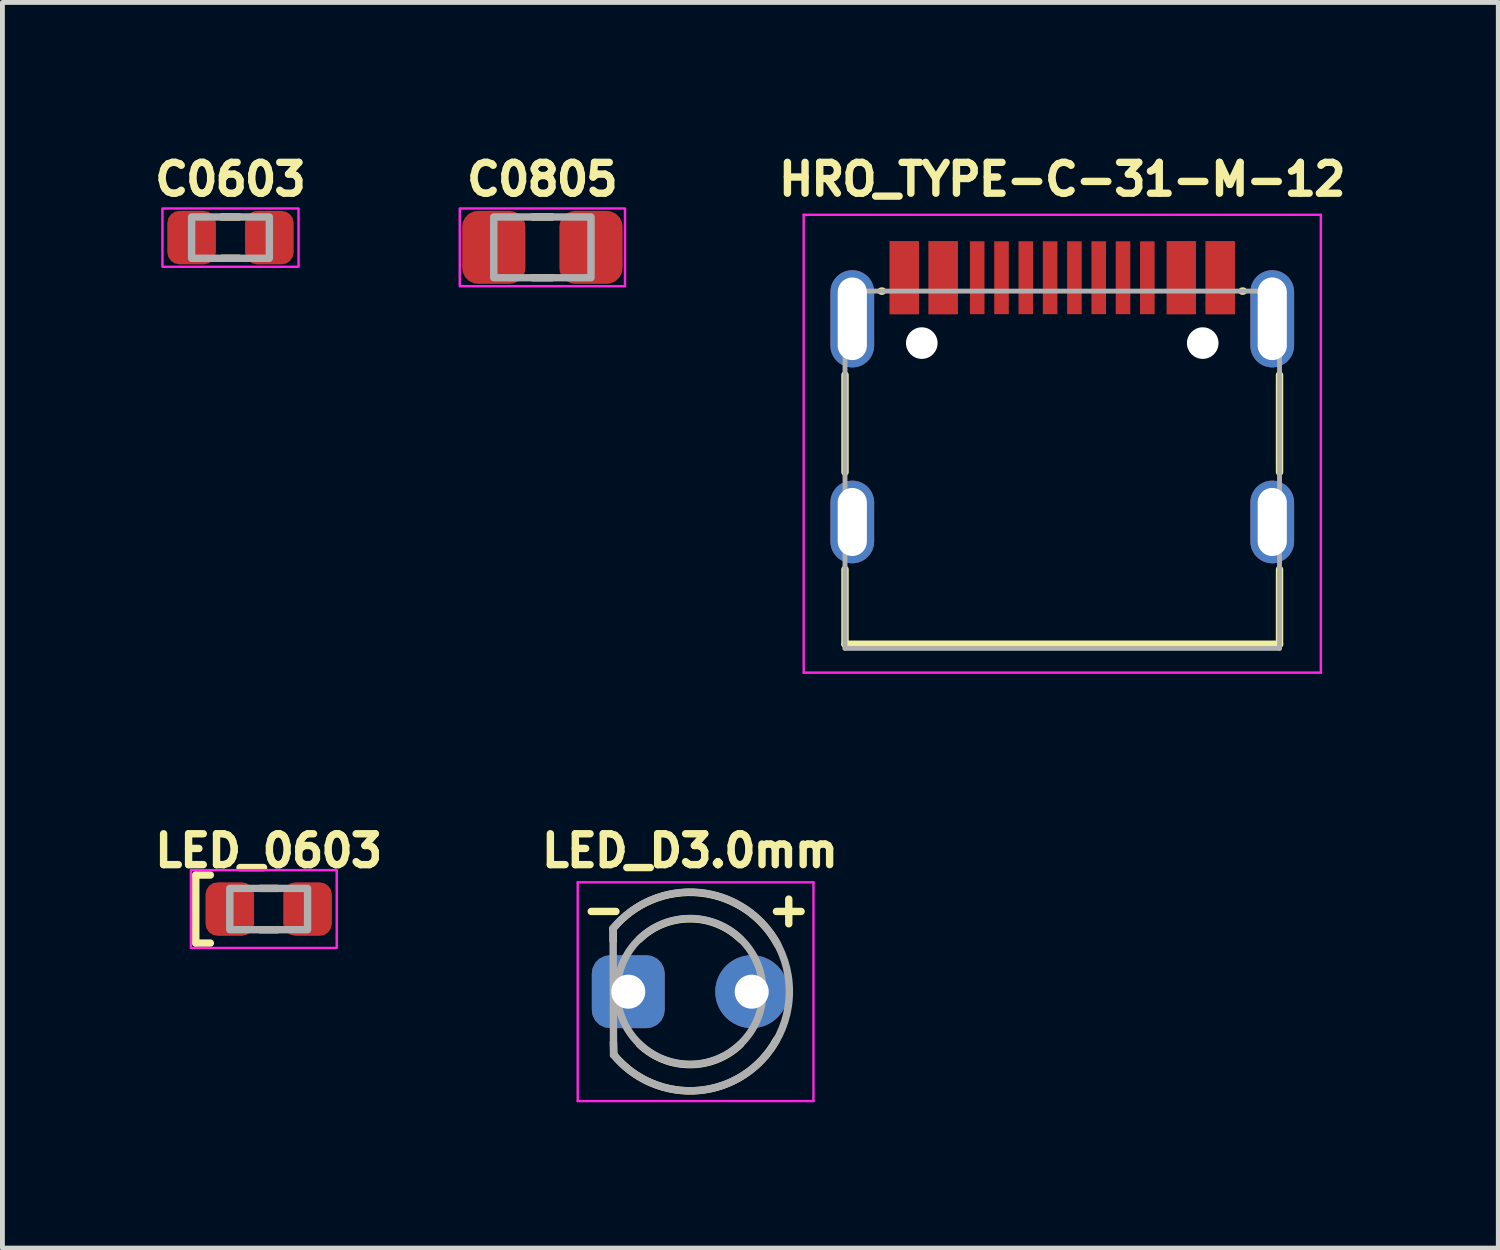
<source format=kicad_pcb>
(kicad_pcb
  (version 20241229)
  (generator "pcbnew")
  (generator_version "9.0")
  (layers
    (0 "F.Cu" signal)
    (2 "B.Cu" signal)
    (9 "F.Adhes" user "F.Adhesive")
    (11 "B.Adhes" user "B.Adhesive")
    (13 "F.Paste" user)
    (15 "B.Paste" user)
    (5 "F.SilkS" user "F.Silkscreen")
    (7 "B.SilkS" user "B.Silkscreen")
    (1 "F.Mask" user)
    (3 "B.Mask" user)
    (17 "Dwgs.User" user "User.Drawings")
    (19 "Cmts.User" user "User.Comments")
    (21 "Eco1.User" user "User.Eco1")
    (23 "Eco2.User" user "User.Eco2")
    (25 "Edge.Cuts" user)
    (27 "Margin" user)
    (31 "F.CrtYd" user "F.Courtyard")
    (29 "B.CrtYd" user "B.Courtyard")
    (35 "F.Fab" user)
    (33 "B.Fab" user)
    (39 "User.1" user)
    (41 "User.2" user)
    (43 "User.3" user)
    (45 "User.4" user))
  (footprint "LED_D3.0mm"
    (layer "F.Cu")
    (at 11.146 17.353)
    (property "Reference" "LED_D3.0mm" (at 0 -2.9 0) (layer "F.SilkS") (effects (font (size 0.635 0.635) (thickness 0.152))))
    (attr through_hole)
    (fp_line (start -2.032 -1.651) (end -1.524 -1.651) (stroke (width 0.152) (type solid)) (layer "F.SilkS"))
    (fp_line (start -1.582 -1.3) (end -1.58 -1.04) (stroke (width 0.152) (type solid)) (layer "F.SilkS"))
    (fp_line (start -1.568 1.296) (end -1.575 1.041) (stroke (width 0.152) (type solid)) (layer "F.SilkS"))
    (fp_line (start 1.778 -1.651) (end 2.286 -1.651) (stroke (width 0.152) (type solid)) (layer "F.SilkS"))
    (fp_line (start 2.032 -1.397) (end 2.032 -1.905) (stroke (width 0.152) (type solid)) (layer "F.SilkS"))
    (fp_arc (start -1.582381 -1.3) (mid 0.199305 -2.033909) (end 1.80405 -0.967221) (stroke (width 0.1524) (type solid)) (layer "F.SilkS"))
    (fp_arc (start -1.040961 -1.08) (mid 0.000117 -1.5) (end 1.04113 -1.079837) (stroke (width 0.1524) (type solid)) (layer "F.SilkS"))
    (fp_arc (start 1.04113 1.079837) (mid 0.000117 1.5) (end -1.040961 1.08) (stroke (width 0.1524) (type solid)) (layer "F.SilkS"))
    (fp_arc (start 1.778 0.9906) (mid 0.186108 2.032937) (end -1.568205 1.296072) (stroke (width 0.1524) (type solid)) (layer "F.SilkS"))
    (fp_line (start -2.31 -2.25) (end -2.31 2.25) (stroke (width 0.05) (type solid)) (layer "F.CrtYd"))
    (fp_line (start -2.31 2.25) (end 2.54 2.25) (stroke (width 0.05) (type solid)) (layer "F.CrtYd"))
    (fp_line (start 2.54 -2.25) (end -2.31 -2.25) (stroke (width 0.05) (type solid)) (layer "F.CrtYd"))
    (fp_line (start 2.54 2.25) (end 2.54 -2.25) (stroke (width 0.05) (type solid)) (layer "F.CrtYd"))
    (fp_line (start -1.582 -1.3) (end -1.573 1.3) (stroke (width 0.152) (type solid)) (layer "F.Fab"))
    (fp_arc (start -1.582381 -1.3) (mid 2.044262 -0.013157) (end -1.572936 1.3) (stroke (width 0.1524) (type solid)) (layer "F.Fab"))
    (fp_circle (center 0 -0.006) (end 1.5 -0.006) (stroke (width 0.152) (type solid)) (fill no) (layer "F.Fab"))
    (pad "1" thru_hole roundrect (at -1.27 0) (size 1.5 1.5) (drill 0.7) (layers "*.Cu" "*.Mask") (roundrect_rratio 0.25))
    (pad "2" thru_hole circle (at 1.27 0) (size 1.5 1.5) (drill 0.7) (layers "*.Cu" "*.Mask")))
  (footprint "C0805"
    (layer "F.Cu")
    (at 8.109 2.039)
    (property "Reference" "C0805" (at 0 -1.4 0) (layer "F.SilkS") (effects (font (size 0.635 0.635) (thickness 0.152))))
    (attr smd)
    (fp_line (start -0.2 -0.625) (end 0.2 -0.625) (stroke (width 0.152) (type solid)) (layer "F.SilkS"))
    (fp_line (start -0.2 0.625) (end 0.2 0.625) (stroke (width 0.152) (type solid)) (layer "F.SilkS"))
    (fp_rect (start -1.7 -0.8) (end 1.7 0.8) (stroke (width 0.05) (type solid)) (fill no) (layer "F.CrtYd"))
    (fp_rect (start -1 -0.625) (end 1 0.625) (stroke (width 0.152) (type solid)) (fill no) (layer "F.Fab"))
    (pad "1" smd roundrect (at -1 0) (size 1.3 1.5) (layers "F.Cu" "F.Mask" "F.Paste") (roundrect_rratio 0.25))
    (pad "2" smd roundrect (at 1 0) (size 1.3 1.5) (layers "F.Cu" "F.Mask" "F.Paste") (roundrect_rratio 0.25)))
  (footprint "LED_0603"
    (layer "F.Cu")
    (at 2.478 15.653)
    (property "Reference" "LED_0603" (at 0 -1.2 0) (layer "F.SilkS") (effects (font (size 0.635 0.635) (thickness 0.152))))
    (attr smd)
    (fp_line (start -1.5 -0.7) (end -1.2 -0.7) (stroke (width 0.152) (type solid)) (layer "F.SilkS"))
    (fp_line (start -1.5 0.7) (end -1.5 -0.7) (stroke (width 0.152) (type solid)) (layer "F.SilkS"))
    (fp_line (start -1.5 0.7) (end -1.2 0.7) (stroke (width 0.152) (type solid)) (layer "F.SilkS"))
    (fp_line (start -0.175 -0.425) (end 0.175 -0.425) (stroke (width 0.152) (type solid)) (layer "F.SilkS"))
    (fp_line (start -0.175 0.425) (end 0.175 0.425) (stroke (width 0.152) (type solid)) (layer "F.SilkS"))
    (fp_rect (start -1.6 -0.8) (end 1.4 0.8) (stroke (width 0.05) (type solid)) (fill no) (layer "F.CrtYd"))
    (fp_rect (start -0.8 -0.425) (end 0.8 0.425) (stroke (width 0.152) (type solid)) (fill no) (layer "F.Fab"))
    (pad "1" smd roundrect (at -0.8 0) (size 1 1.1) (layers "F.Cu" "F.Mask" "F.Paste") (roundrect_rratio 0.25))
    (pad "2" smd roundrect (at 0.8 0) (size 1 1.1) (layers "F.Cu" "F.Mask" "F.Paste") (roundrect_rratio 0.25)))
  (footprint "HRO_TYPE-C-31-M-12"
    (layer "F.Cu")
    (at 18.805 5.164)
    (property "Reference" "HRO_TYPE-C-31-M-12" (at 0 -4.525 0) (layer "F.SilkS") (effects (font (size 0.635 0.635) (thickness 0.152) (bold yes))))
    (attr smd)
    (fp_line (start -4.47 -0.5) (end -4.47 1.5) (stroke (width 0.152) (type solid)) (layer "F.SilkS"))
    (fp_line (start -4.47 3.5) (end -4.47 5.04) (stroke (width 0.152) (type solid)) (layer "F.SilkS"))
    (fp_line (start -4.47 5.04) (end 4.47 5.04) (stroke (width 0.152) (type solid)) (layer "F.SilkS"))
    (fp_line (start -3.725 -2.225) (end -3.7 -2.225) (stroke (width 0.152) (type solid)) (layer "F.SilkS"))
    (fp_line (start 3.7 -2.225) (end 3.725 -2.225) (stroke (width 0.152) (type solid)) (layer "F.SilkS"))
    (fp_line (start 4.47 -0.5) (end 4.47 1.5) (stroke (width 0.152) (type solid)) (layer "F.SilkS"))
    (fp_line (start 4.47 3.5) (end 4.47 5.04) (stroke (width 0.152) (type solid)) (layer "F.SilkS"))
    (fp_line (start -5.32 -3.795) (end -5.32 5.625) (stroke (width 0.05) (type solid)) (layer "F.CrtYd"))
    (fp_line (start -5.32 -3.795) (end 5.32 -3.795) (stroke (width 0.05) (type solid)) (layer "F.CrtYd"))
    (fp_line (start -5.32 5.625) (end 5.32 5.625) (stroke (width 0.05) (type solid)) (layer "F.CrtYd"))
    (fp_line (start 5.32 -3.795) (end 5.32 5.625) (stroke (width 0.05) (type solid)) (layer "F.CrtYd"))
    (fp_line (start -4.47 -2.225) (end 4.47 -2.225) (stroke (width 0.1) (type solid)) (layer "F.Fab"))
    (fp_line (start -4.47 -2.175) (end -4.47 5.125) (stroke (width 0.1) (type solid)) (layer "F.Fab"))
    (fp_line (start -4.47 5.125) (end 4.47 5.125) (stroke (width 0.1) (type solid)) (layer "F.Fab"))
    (fp_line (start 4.47 -2.175) (end 4.47 5.125) (stroke (width 0.1) (type solid)) (layer "F.Fab"))
    (pad "" np_thru_hole circle (at -2.89 -1.155) (size 0.65 0.65) (drill 0.65) (layers "*.Cu" "*.Mask"))
    (pad "" np_thru_hole circle (at 2.89 -1.155) (size 0.65 0.65) (drill 0.65) (layers "*.Cu" "*.Mask"))
    (pad "A1" smd rect (at -3.25 -2.5) (size 0.6 1.5) (layers "F.Cu" "F.Mask" "F.Paste"))
    (pad "A4" smd rect (at -2.45 -2.5) (size 0.6 1.5) (layers "F.Cu" "F.Mask" "F.Paste"))
    (pad "A5" smd rect (at -1.25 -2.5) (size 0.3 1.5) (layers "F.Cu" "F.Mask" "F.Paste"))
    (pad "A6" smd rect (at -0.25 -2.5) (size 0.3 1.5) (layers "F.Cu" "F.Mask" "F.Paste"))
    (pad "A7" smd rect (at 0.25 -2.5) (size 0.3 1.5) (layers "F.Cu" "F.Mask" "F.Paste"))
    (pad "A8" smd rect (at 1.25 -2.5) (size 0.3 1.5) (layers "F.Cu" "F.Mask" "F.Paste"))
    (pad "A9" smd rect (at 2.45 -2.5) (size 0.6 1.5) (layers "F.Cu" "F.Mask" "F.Paste"))
    (pad "A12" smd rect (at 3.25 -2.5) (size 0.6 1.5) (layers "F.Cu" "F.Mask" "F.Paste"))
    (pad "B1" smd rect (at 3.25 -2.5) (size 0.6 1.5) (layers "F.Cu" "F.Mask" "F.Paste"))
    (pad "B4" smd rect (at 2.45 -2.5) (size 0.6 1.5) (layers "F.Cu" "F.Mask" "F.Paste"))
    (pad "B5" smd rect (at 1.75 -2.5) (size 0.3 1.5) (layers "F.Cu" "F.Mask" "F.Paste"))
    (pad "B6" smd rect (at 0.75 -2.5) (size 0.3 1.5) (layers "F.Cu" "F.Mask" "F.Paste"))
    (pad "B7" smd rect (at -0.75 -2.5) (size 0.3 1.5) (layers "F.Cu" "F.Mask" "F.Paste"))
    (pad "B8" smd rect (at -1.75 -2.5) (size 0.3 1.5) (layers "F.Cu" "F.Mask" "F.Paste"))
    (pad "B9" smd rect (at -2.45 -2.5) (size 0.6 1.5) (layers "F.Cu" "F.Mask" "F.Paste"))
    (pad "B12" smd rect (at -3.25 -2.5) (size 0.6 1.5) (layers "F.Cu" "F.Mask" "F.Paste"))
    (pad "S1" thru_hole oval (at -4.32 2.525) (size 0.9 1.7) (drill oval 0.6 1.4) (layers "*.Cu" "*.Mask"))
    (pad "S2" thru_hole oval (at 4.32 2.525) (size 0.9 1.7) (drill oval 0.6 1.4) (layers "*.Cu" "*.Mask"))
    (pad "S3" thru_hole oval (at 4.32 -1.655) (size 0.9 2) (drill oval 0.6 1.7) (layers "*.Cu" "*.Mask"))
    (pad "S4" thru_hole oval (at -4.32 -1.655) (size 0.9 2) (drill oval 0.6 1.7) (layers "*.Cu" "*.Mask")))
  (footprint "C0603"
    (layer "F.Cu")
    (at 1.692 1.839)
    (property "Reference" "C0603" (at 0 -1.2 0) (layer "F.SilkS") (effects (font (size 0.635 0.635) (thickness 0.152))))
    (attr smd)
    (fp_line (start -0.175 -0.425) (end 0.175 -0.425) (stroke (width 0.152) (type solid)) (layer "F.SilkS"))
    (fp_line (start -0.175 0.425) (end 0.175 0.425) (stroke (width 0.152) (type solid)) (layer "F.SilkS"))
    (fp_rect (start -1.4 -0.6) (end 1.4 0.6) (stroke (width 0.05) (type solid)) (fill no) (layer "F.CrtYd"))
    (fp_rect (start -0.8 -0.425) (end 0.8 0.425) (stroke (width 0.152) (type solid)) (fill no) (layer "F.Fab"))
    (pad "1" smd roundrect (at -0.8 0) (size 1 1.1) (layers "F.Cu" "F.Mask" "F.Paste") (roundrect_rratio 0.25))
    (pad "2" smd roundrect (at 0.8 0) (size 1 1.1) (layers "F.Cu" "F.Mask" "F.Paste") (roundrect_rratio 0.25)))
  (gr_rect
    (start -3 -3)
    (end 27.776 22.628)
    (stroke (width 0.1) (type default))
    (fill no)
    (layer "Edge.Cuts")))
</source>
